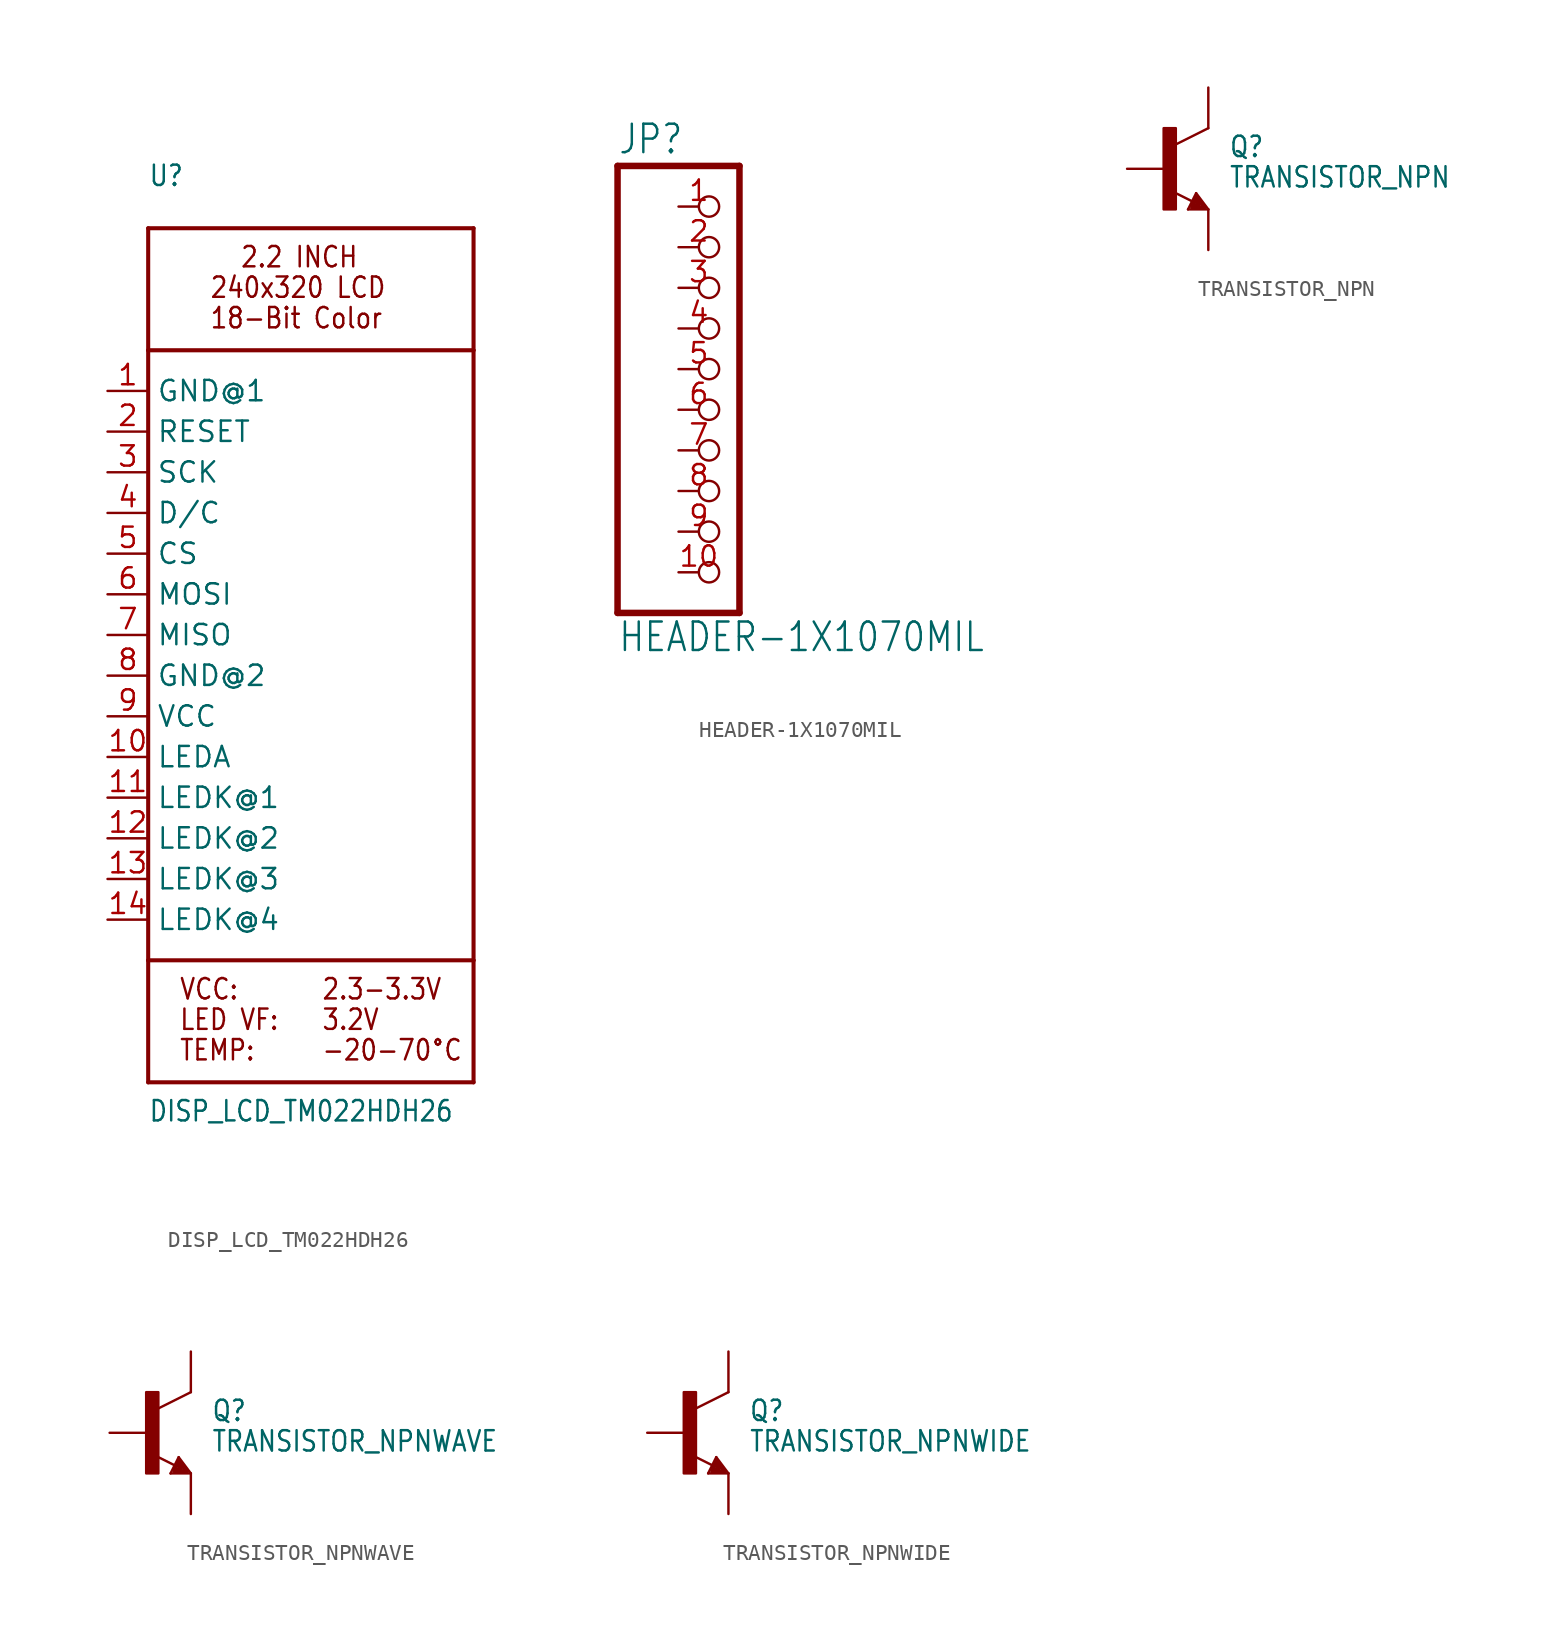
<source format=kicad_sym>
(kicad_symbol_lib
  (version 20211014)
  (generator kicad_symbol_editor)
  (symbol "DISP_LCD_TM022HDH26"
    (property "Reference" "U"
      (at -10.16 30.48 0)
      (effects (font (size 1.27 1.079)) (justify left bottom)))
    (property "Value" "DISP_LCD_TM022HDH26"
      (at -10.16 -27.94 0)
      (effects (font (size 1.27 1.079)) (justify left bottom)))
    (property "ki_locked" ""
      (at 0 0 0)
      (effects (font (size 1.27 1.27))))
    (symbol "DISP_LCD_TM022HDH26_1_0"
      (polyline (pts (xy -10.16 -17.78) (xy -10.16 -25.4)) (stroke (width 0.254) (type default) (color 0 0 0 0)) (fill (type none)))
      (polyline (pts (xy -10.16 -17.78) (xy -10.16 20.32)) (stroke (width 0.254) (type default) (color 0 0 0 0)) (fill (type none)))
      (polyline (pts (xy -10.16 20.32) (xy 10.16 20.32)) (stroke (width 0.254) (type default) (color 0 0 0 0)) (fill (type none)))
      (polyline (pts (xy -10.16 27.94) (xy -10.16 20.32)) (stroke (width 0.254) (type default) (color 0 0 0 0)) (fill (type none)))
      (polyline (pts (xy -10.16 27.94) (xy 10.16 27.94)) (stroke (width 0.254) (type default) (color 0 0 0 0)) (fill (type none)))
      (polyline (pts (xy 10.16 -25.4) (xy -10.16 -25.4)) (stroke (width 0.254) (type default) (color 0 0 0 0)) (fill (type none)))
      (polyline (pts (xy 10.16 -17.78) (xy -10.16 -17.78)) (stroke (width 0.254) (type default) (color 0 0 0 0)) (fill (type none)))
      (polyline (pts (xy 10.16 -17.78) (xy 10.16 -25.4)) (stroke (width 0.254) (type default) (color 0 0 0 0)) (fill (type none)))
      (polyline (pts (xy 10.16 20.32) (xy 10.16 -17.78)) (stroke (width 0.254) (type default) (color 0 0 0 0)) (fill (type none)))
      (polyline (pts (xy 10.16 27.94) (xy 10.16 20.32)) (stroke (width 0.254) (type default) (color 0 0 0 0)) (fill (type none)))
      (text "-20-70°C" (at 0.635 -24.13 0) (effects (font (size 1.27 1.079)) (justify left bottom)))
      (text "18-Bit Color" (at -6.35 21.59 0) (effects (font (size 1.27 1.079)) (justify left bottom)))
      (text "2.2 INCH" (at -4.445 25.4 0) (effects (font (size 1.27 1.079)) (justify left bottom)))
      (text "2.3-3.3V" (at 0.635 -20.32 0) (effects (font (size 1.27 1.079)) (justify left bottom)))
      (text "240x320 LCD" (at -6.35 23.495 0) (effects (font (size 1.27 1.079)) (justify left bottom)))
      (text "3.2V" (at 0.635 -22.225 0) (effects (font (size 1.27 1.079)) (justify left bottom)))
      (text "LED VF:" (at -8.255 -22.225 0) (effects (font (size 1.27 1.079)) (justify left bottom)))
      (text "TEMP:" (at -8.255 -24.13 0) (effects (font (size 1.27 1.079)) (justify left bottom)))
      (text "VCC:" (at -8.255 -20.32 0) (effects (font (size 1.27 1.079)) (justify left bottom)))
      (pin power_in line (at -12.7 17.78 0) (length 2.54) (name "GND@1" (effects (font (size 1.27 1.27)))) (number "1" (effects (font (size 1.27 1.27)))))
      (pin power_in line (at -12.7 -5.08 0) (length 2.54) (name "LEDA" (effects (font (size 1.27 1.27)))) (number "10" (effects (font (size 1.27 1.27)))))
      (pin power_in line (at -12.7 -7.62 0) (length 2.54) (name "LEDK@1" (effects (font (size 1.27 1.27)))) (number "11" (effects (font (size 1.27 1.27)))))
      (pin power_in line (at -12.7 -10.16 0) (length 2.54) (name "LEDK@2" (effects (font (size 1.27 1.27)))) (number "12" (effects (font (size 1.27 1.27)))))
      (pin power_in line (at -12.7 -12.7 0) (length 2.54) (name "LEDK@3" (effects (font (size 1.27 1.27)))) (number "13" (effects (font (size 1.27 1.27)))))
      (pin power_in line (at -12.7 -15.24 0) (length 2.54) (name "LEDK@4" (effects (font (size 1.27 1.27)))) (number "14" (effects (font (size 1.27 1.27)))))
      (pin input line (at -12.7 15.24 0) (length 2.54) (name "RESET" (effects (font (size 1.27 1.27)))) (number "2" (effects (font (size 1.27 1.27)))))
      (pin input line (at -12.7 12.7 0) (length 2.54) (name "SCK" (effects (font (size 1.27 1.27)))) (number "3" (effects (font (size 1.27 1.27)))))
      (pin input line (at -12.7 10.16 0) (length 2.54) (name "D/C" (effects (font (size 1.27 1.27)))) (number "4" (effects (font (size 1.27 1.27)))))
      (pin input line (at -12.7 7.62 0) (length 2.54) (name "CS" (effects (font (size 1.27 1.27)))) (number "5" (effects (font (size 1.27 1.27)))))
      (pin input line (at -12.7 5.08 0) (length 2.54) (name "MOSI" (effects (font (size 1.27 1.27)))) (number "6" (effects (font (size 1.27 1.27)))))
      (pin output line (at -12.7 2.54 0) (length 2.54) (name "MISO" (effects (font (size 1.27 1.27)))) (number "7" (effects (font (size 1.27 1.27)))))
      (pin power_in line (at -12.7 0 0) (length 2.54) (name "GND@2" (effects (font (size 1.27 1.27)))) (number "8" (effects (font (size 1.27 1.27)))))
      (pin power_in line (at -12.7 -2.54 0) (length 2.54) (name "VCC" (effects (font (size 1.27 1.27)))) (number "9" (effects (font (size 1.27 1.27)))))))
  (symbol "HEADER-1X1070MIL"
    (property "Reference" "JP"
      (at -6.35 13.335 0)
      (effects (font (size 1.778 1.511)) (justify left bottom)))
    (property "Value" "HEADER-1X1070MIL"
      (at -6.35 -17.78 0)
      (effects (font (size 1.778 1.511)) (justify left bottom)))
    (property "ki_locked" ""
      (at 0 0 0)
      (effects (font (size 1.27 1.27))))
    (symbol "HEADER-1X1070MIL_1_0"
      (polyline (pts (xy -6.35 -15.24) (xy 1.27 -15.24)) (stroke (width 0.406) (type default) (color 0 0 0 0)) (fill (type none)))
      (polyline (pts (xy -6.35 12.7) (xy -6.35 -15.24)) (stroke (width 0.406) (type default) (color 0 0 0 0)) (fill (type none)))
      (polyline (pts (xy 1.27 -15.24) (xy 1.27 12.7)) (stroke (width 0.406) (type default) (color 0 0 0 0)) (fill (type none)))
      (polyline (pts (xy 1.27 12.7) (xy -6.35 12.7)) (stroke (width 0.406) (type default) (color 0 0 0 0)) (fill (type none)))
      (pin passive inverted (at -2.54 10.16 0) (length 2.54) (name "1" (effects (font (size 0 0)))) (number "1" (effects (font (size 1.27 1.27)))))
      (pin passive inverted (at -2.54 -12.7 0) (length 2.54) (name "10" (effects (font (size 0 0)))) (number "10" (effects (font (size 1.27 1.27)))))
      (pin passive inverted (at -2.54 7.62 0) (length 2.54) (name "2" (effects (font (size 0 0)))) (number "2" (effects (font (size 1.27 1.27)))))
      (pin passive inverted (at -2.54 5.08 0) (length 2.54) (name "3" (effects (font (size 0 0)))) (number "3" (effects (font (size 1.27 1.27)))))
      (pin passive inverted (at -2.54 2.54 0) (length 2.54) (name "4" (effects (font (size 0 0)))) (number "4" (effects (font (size 1.27 1.27)))))
      (pin passive inverted (at -2.54 0 0) (length 2.54) (name "5" (effects (font (size 0 0)))) (number "5" (effects (font (size 1.27 1.27)))))
      (pin passive inverted (at -2.54 -2.54 0) (length 2.54) (name "6" (effects (font (size 0 0)))) (number "6" (effects (font (size 1.27 1.27)))))
      (pin passive inverted (at -2.54 -5.08 0) (length 2.54) (name "7" (effects (font (size 0 0)))) (number "7" (effects (font (size 1.27 1.27)))))
      (pin passive inverted (at -2.54 -7.62 0) (length 2.54) (name "8" (effects (font (size 0 0)))) (number "8" (effects (font (size 1.27 1.27)))))
      (pin passive inverted (at -2.54 -10.16 0) (length 2.54) (name "9" (effects (font (size 0 0)))) (number "9" (effects (font (size 1.27 1.27)))))))
  (symbol "TRANSISTOR_NPN"
    (property "Reference" "Q"
      (at 1.27 0.635 0)
      (effects (font (size 1.27 1.079)) (justify left bottom)))
    (property "Value" "TRANSISTOR_NPN"
      (at 1.27 -1.27 0)
      (effects (font (size 1.27 1.079)) (justify left bottom)))
    (property "ki_locked" ""
      (at 0 0 0)
      (effects (font (size 1.27 1.27))))
    (symbol "TRANSISTOR_NPN_1_0"
      (rectangle (start -2.794 -2.54) (end -2.032 2.54) (stroke (width 0) (type default) (color 0 0 0 0)) (fill (type outline)))
      (polyline (pts (xy -1.27 -2.54) (xy -0.762 -1.524)) (stroke (width 0.152) (type default) (color 0 0 0 0)) (fill (type none)))
      (polyline (pts (xy -1.016 -2.413) (xy -0.254 -2.413)) (stroke (width 0.254) (type default) (color 0 0 0 0)) (fill (type none)))
      (polyline (pts (xy -1.016 -2.286) (xy -0.635 -2.286)) (stroke (width 0.254) (type default) (color 0 0 0 0)) (fill (type none)))
      (polyline (pts (xy -1 -2.04) (xy -2.232 -1.424)) (stroke (width 0.152) (type default) (color 0 0 0 0)) (fill (type none)))
      (polyline (pts (xy -0.762 -1.778) (xy -1.016 -2.286)) (stroke (width 0.254) (type default) (color 0 0 0 0)) (fill (type none)))
      (polyline (pts (xy -0.762 -1.524) (xy 0 -2.54)) (stroke (width 0.152) (type default) (color 0 0 0 0)) (fill (type none)))
      (polyline (pts (xy -0.635 -2.286) (xy -0.762 -2.032)) (stroke (width 0.254) (type default) (color 0 0 0 0)) (fill (type none)))
      (polyline (pts (xy -0.254 -2.413) (xy -0.762 -1.778)) (stroke (width 0.254) (type default) (color 0 0 0 0)) (fill (type none)))
      (polyline (pts (xy 0 -2.54) (xy -1.27 -2.54)) (stroke (width 0.152) (type default) (color 0 0 0 0)) (fill (type none)))
      (polyline (pts (xy 0 2.54) (xy -2.032 1.524)) (stroke (width 0.152) (type default) (color 0 0 0 0)) (fill (type none)))
      (pin passive line (at -5.08 0 0) (length 2.54) (name "B" (effects (font (size 0 0)))) (number "1" (effects (font (size 0 0)))))
      (pin passive line (at 0 -5.08 90) (length 2.54) (name "E" (effects (font (size 0 0)))) (number "2" (effects (font (size 0 0)))))
      (pin passive line (at 0 5.08 270) (length 2.54) (name "C" (effects (font (size 0 0)))) (number "3" (effects (font (size 0 0)))))))
  (symbol "TRANSISTOR_NPNWAVE"
    (property "Reference" "Q"
      (at 1.27 0.635 0)
      (effects (font (size 1.27 1.079)) (justify left bottom)))
    (property "Value" "TRANSISTOR_NPNWAVE"
      (at 1.27 -1.27 0)
      (effects (font (size 1.27 1.079)) (justify left bottom)))
    (property "ki_locked" ""
      (at 0 0 0)
      (effects (font (size 1.27 1.27))))
    (symbol "TRANSISTOR_NPNWAVE_1_0"
      (rectangle (start -2.794 -2.54) (end -2.032 2.54) (stroke (width 0) (type default) (color 0 0 0 0)) (fill (type outline)))
      (polyline (pts (xy -1.27 -2.54) (xy -0.762 -1.524)) (stroke (width 0.152) (type default) (color 0 0 0 0)) (fill (type none)))
      (polyline (pts (xy -1.016 -2.413) (xy -0.254 -2.413)) (stroke (width 0.254) (type default) (color 0 0 0 0)) (fill (type none)))
      (polyline (pts (xy -1.016 -2.286) (xy -0.635 -2.286)) (stroke (width 0.254) (type default) (color 0 0 0 0)) (fill (type none)))
      (polyline (pts (xy -1 -2.04) (xy -2.232 -1.424)) (stroke (width 0.152) (type default) (color 0 0 0 0)) (fill (type none)))
      (polyline (pts (xy -0.762 -1.778) (xy -1.016 -2.286)) (stroke (width 0.254) (type default) (color 0 0 0 0)) (fill (type none)))
      (polyline (pts (xy -0.762 -1.524) (xy 0 -2.54)) (stroke (width 0.152) (type default) (color 0 0 0 0)) (fill (type none)))
      (polyline (pts (xy -0.635 -2.286) (xy -0.762 -2.032)) (stroke (width 0.254) (type default) (color 0 0 0 0)) (fill (type none)))
      (polyline (pts (xy -0.254 -2.413) (xy -0.762 -1.778)) (stroke (width 0.254) (type default) (color 0 0 0 0)) (fill (type none)))
      (polyline (pts (xy 0 -2.54) (xy -1.27 -2.54)) (stroke (width 0.152) (type default) (color 0 0 0 0)) (fill (type none)))
      (polyline (pts (xy 0 2.54) (xy -2.032 1.524)) (stroke (width 0.152) (type default) (color 0 0 0 0)) (fill (type none)))
      (pin passive line (at -5.08 0 0) (length 2.54) (name "B" (effects (font (size 0 0)))) (number "1" (effects (font (size 0 0)))))
      (pin passive line (at 0 -5.08 90) (length 2.54) (name "E" (effects (font (size 0 0)))) (number "2" (effects (font (size 0 0)))))
      (pin passive line (at 0 5.08 270) (length 2.54) (name "C" (effects (font (size 0 0)))) (number "3" (effects (font (size 0 0)))))))
  (symbol "TRANSISTOR_NPNWIDE"
    (property "Reference" "Q"
      (at 1.27 0.635 0)
      (effects (font (size 1.27 1.079)) (justify left bottom)))
    (property "Value" "TRANSISTOR_NPNWIDE"
      (at 1.27 -1.27 0)
      (effects (font (size 1.27 1.079)) (justify left bottom)))
    (property "ki_locked" ""
      (at 0 0 0)
      (effects (font (size 1.27 1.27))))
    (symbol "TRANSISTOR_NPNWIDE_1_0"
      (rectangle (start -2.794 -2.54) (end -2.032 2.54) (stroke (width 0) (type default) (color 0 0 0 0)) (fill (type outline)))
      (polyline (pts (xy -1.27 -2.54) (xy -0.762 -1.524)) (stroke (width 0.152) (type default) (color 0 0 0 0)) (fill (type none)))
      (polyline (pts (xy -1.016 -2.413) (xy -0.254 -2.413)) (stroke (width 0.254) (type default) (color 0 0 0 0)) (fill (type none)))
      (polyline (pts (xy -1.016 -2.286) (xy -0.635 -2.286)) (stroke (width 0.254) (type default) (color 0 0 0 0)) (fill (type none)))
      (polyline (pts (xy -1 -2.04) (xy -2.232 -1.424)) (stroke (width 0.152) (type default) (color 0 0 0 0)) (fill (type none)))
      (polyline (pts (xy -0.762 -1.778) (xy -1.016 -2.286)) (stroke (width 0.254) (type default) (color 0 0 0 0)) (fill (type none)))
      (polyline (pts (xy -0.762 -1.524) (xy 0 -2.54)) (stroke (width 0.152) (type default) (color 0 0 0 0)) (fill (type none)))
      (polyline (pts (xy -0.635 -2.286) (xy -0.762 -2.032)) (stroke (width 0.254) (type default) (color 0 0 0 0)) (fill (type none)))
      (polyline (pts (xy -0.254 -2.413) (xy -0.762 -1.778)) (stroke (width 0.254) (type default) (color 0 0 0 0)) (fill (type none)))
      (polyline (pts (xy 0 -2.54) (xy -1.27 -2.54)) (stroke (width 0.152) (type default) (color 0 0 0 0)) (fill (type none)))
      (polyline (pts (xy 0 2.54) (xy -2.032 1.524)) (stroke (width 0.152) (type default) (color 0 0 0 0)) (fill (type none)))
      (pin passive line (at -5.08 0 0) (length 2.54) (name "B" (effects (font (size 0 0)))) (number "1" (effects (font (size 0 0)))))
      (pin passive line (at 0 -5.08 90) (length 2.54) (name "E" (effects (font (size 0 0)))) (number "2" (effects (font (size 0 0)))))
      (pin passive line (at 0 5.08 270) (length 2.54) (name "C" (effects (font (size 0 0)))) (number "3" (effects (font (size 0 0))))))))
</source>
